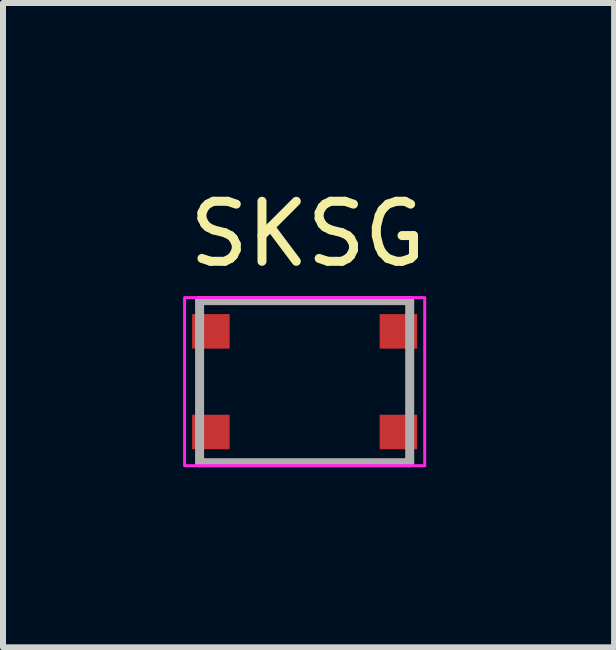
<source format=kicad_pcb>
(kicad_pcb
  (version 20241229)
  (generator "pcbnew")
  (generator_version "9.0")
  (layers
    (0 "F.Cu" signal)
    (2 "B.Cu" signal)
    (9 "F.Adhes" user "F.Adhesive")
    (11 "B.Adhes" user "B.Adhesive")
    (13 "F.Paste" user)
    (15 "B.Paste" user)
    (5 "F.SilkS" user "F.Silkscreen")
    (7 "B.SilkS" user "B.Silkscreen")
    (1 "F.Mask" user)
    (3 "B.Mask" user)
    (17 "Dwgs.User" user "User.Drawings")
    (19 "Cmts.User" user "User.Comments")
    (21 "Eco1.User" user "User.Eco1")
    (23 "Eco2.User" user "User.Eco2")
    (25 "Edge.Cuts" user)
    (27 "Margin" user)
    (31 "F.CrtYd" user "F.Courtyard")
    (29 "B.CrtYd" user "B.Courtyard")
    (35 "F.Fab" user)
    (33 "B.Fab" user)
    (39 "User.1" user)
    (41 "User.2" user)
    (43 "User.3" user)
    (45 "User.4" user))
  (footprint "SKSG"
    (layer "F.Cu")
    (at 2.025 3.308)
    (property "Reference" "SKSG" (at -2 -2.46 0) (layer "F.SilkS") (effects (font (size 1 1) (thickness 0.15)) (justify left)))
    (attr smd)
    (fp_line (start -1.75 -1.35) (end 1.75 -1.35) (stroke (width 0.1) (type solid)) (layer "F.SilkS"))
    (fp_line (start -1.75 1.35) (end 1.75 1.35) (stroke (width 0.1) (type solid)) (layer "F.SilkS"))
    (fp_rect (start -2 -1.4) (end 2 1.4) (stroke (width 0.05) (type solid)) (fill no) (layer "F.CrtYd"))
    (fp_line (start -1.75 -1.35) (end 1.75 -1.35) (stroke (width 0.15) (type solid)) (layer "F.Fab"))
    (fp_line (start -1.75 1.35) (end -1.75 -1.35) (stroke (width 0.15) (type solid)) (layer "F.Fab"))
    (fp_line (start 1.75 -1.35) (end 1.75 1.35) (stroke (width 0.15) (type solid)) (layer "F.Fab"))
    (fp_line (start 1.75 1.35) (end -1.75 1.35) (stroke (width 0.15) (type solid)) (layer "F.Fab"))
    (pad "1" smd rect (at -1.562 -0.838) (size 0.625 0.575) (layers "F.Cu" "F.Mask" "F.Paste"))
    (pad "1" smd rect (at 1.562 -0.838) (size 0.625 0.575) (layers "F.Cu" "F.Mask" "F.Paste"))
    (pad "2" smd rect (at -1.562 0.838) (size 0.625 0.575) (layers "F.Cu" "F.Mask" "F.Paste"))
    (pad "2" smd rect (at 1.562 0.838) (size 0.625 0.575) (layers "F.Cu" "F.Mask" "F.Paste")))
  (gr_rect
    (start -3 -3)
    (end 7.18 7.733)
    (stroke (width 0.1) (type default))
    (fill no)
    (layer "Edge.Cuts")))
</source>
